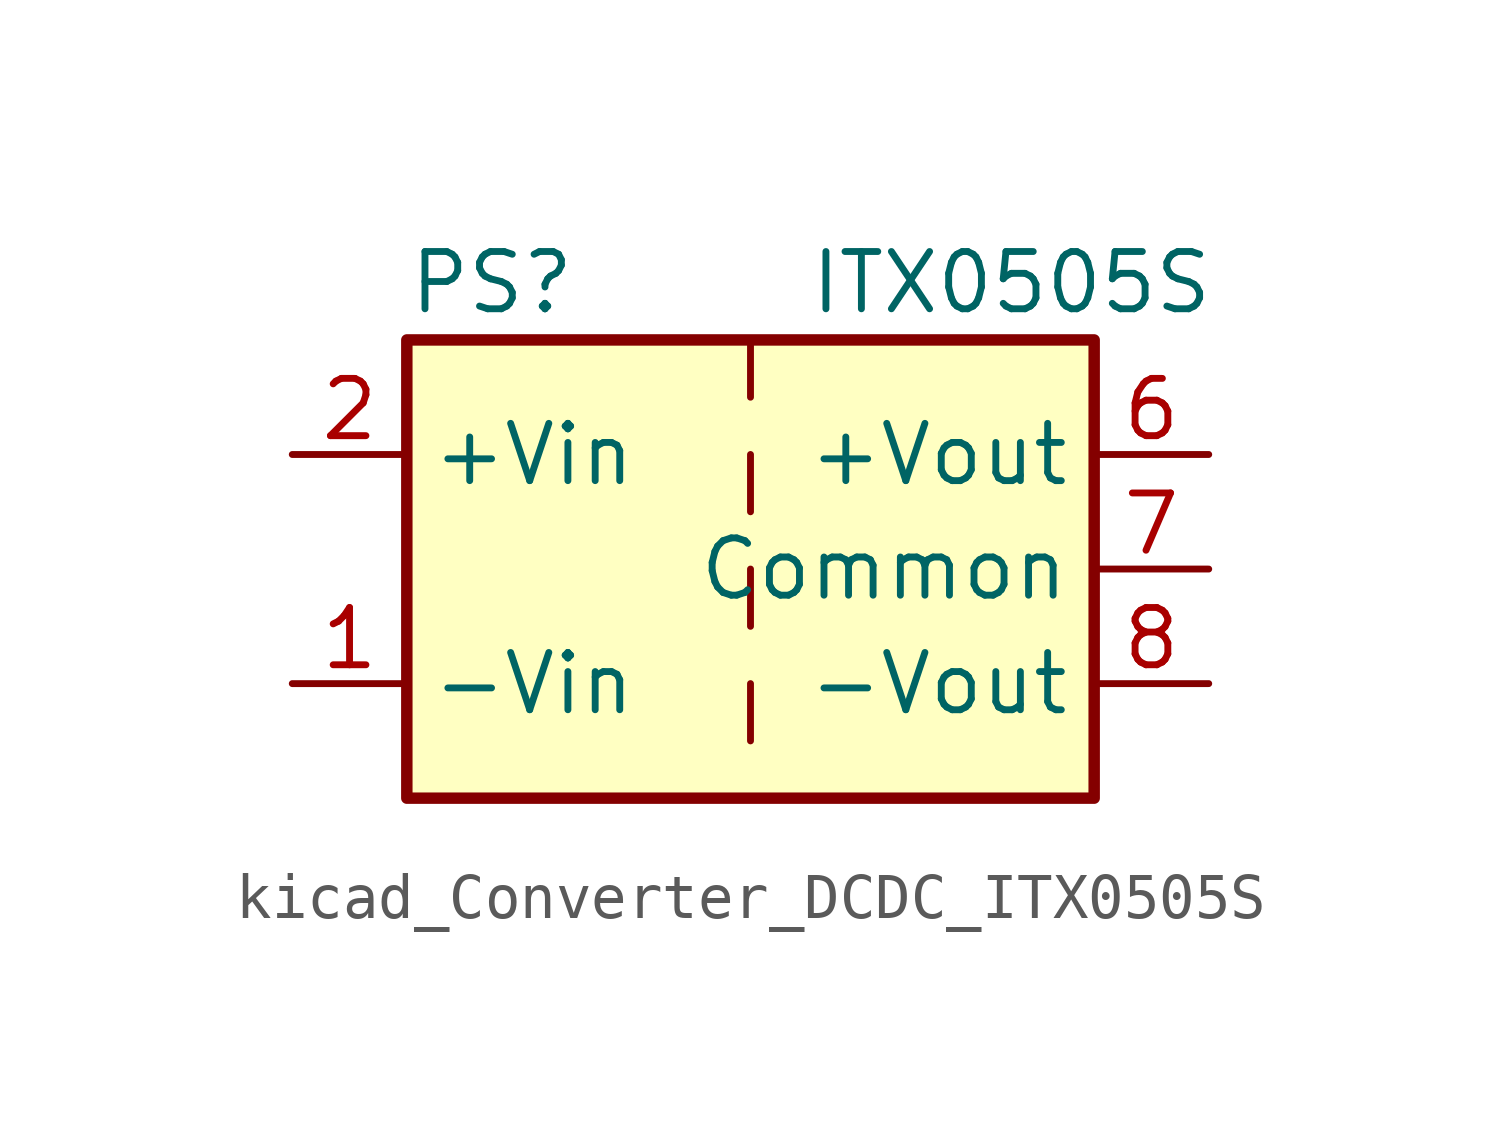
<source format=kicad_sym>
(kicad_symbol_lib
  (version 20220914)
  (generator kicad_symbol_editor)
  (symbol "kicad_Converter_DCDC_ITX0505S"
    (property "Reference" "PS"
      (at -7.62 6.35 0)
      (effects (font (size 1.27 1.27)) (justify left)))
    (property "Value" "ITX0505S"
      (at 1.27 6.35 0)
      (effects (font (size 1.27 1.27)) (justify left)))
    (symbol "kicad_Converter_DCDC_ITX0505S_0_0"
      (pin power_in line (at -10.16 -2.54 0) (length 2.54) (name "-Vin" (effects (font (size 1.27 1.27)))) (number "1" (effects (font (size 1.27 1.27)))))
      (pin power_in line (at -10.16 2.54 0) (length 2.54) (name "+Vin" (effects (font (size 1.27 1.27)))) (number "2" (effects (font (size 1.27 1.27)))))
      (pin no_connect line (at 0 -5.08 90) (length 2.54) hide (name "NC" (effects (font (size 1.27 1.27)))) (number "3" (effects (font (size 1.27 1.27)))))
      (pin no_connect line (at 0 5.08 270) (length 2.54) hide (name "NC" (effects (font (size 1.27 1.27)))) (number "5" (effects (font (size 1.27 1.27)))))
      (pin power_out line (at 10.16 2.54 180) (length 2.54) (name "+Vout" (effects (font (size 1.27 1.27)))) (number "6" (effects (font (size 1.27 1.27)))))
      (pin power_out line (at 10.16 0 180) (length 2.54) (name "Common" (effects (font (size 1.27 1.27)))) (number "7" (effects (font (size 1.27 1.27)))))
      (pin power_out line (at 10.16 -2.54 180) (length 2.54) (name "-Vout" (effects (font (size 1.27 1.27)))) (number "8" (effects (font (size 1.27 1.27))))))
    (symbol "kicad_Converter_DCDC_ITX0505S_0_1"
      (rectangle (start -7.62 5.08) (end 7.62 -5.08) (stroke (width 0.254) (type default)) (fill (type background)))
      (polyline (pts (xy 0 -2.54) (xy 0 -3.81)) (stroke (width 0) (type default)) (fill (type none)))
      (polyline (pts (xy 0 0) (xy 0 -1.27)) (stroke (width 0) (type default)) (fill (type none)))
      (polyline (pts (xy 0 2.54) (xy 0 1.27)) (stroke (width 0) (type default)) (fill (type none)))
      (polyline (pts (xy 0 5.08) (xy 0 3.81)) (stroke (width 0) (type default)) (fill (type none))))))
</source>
